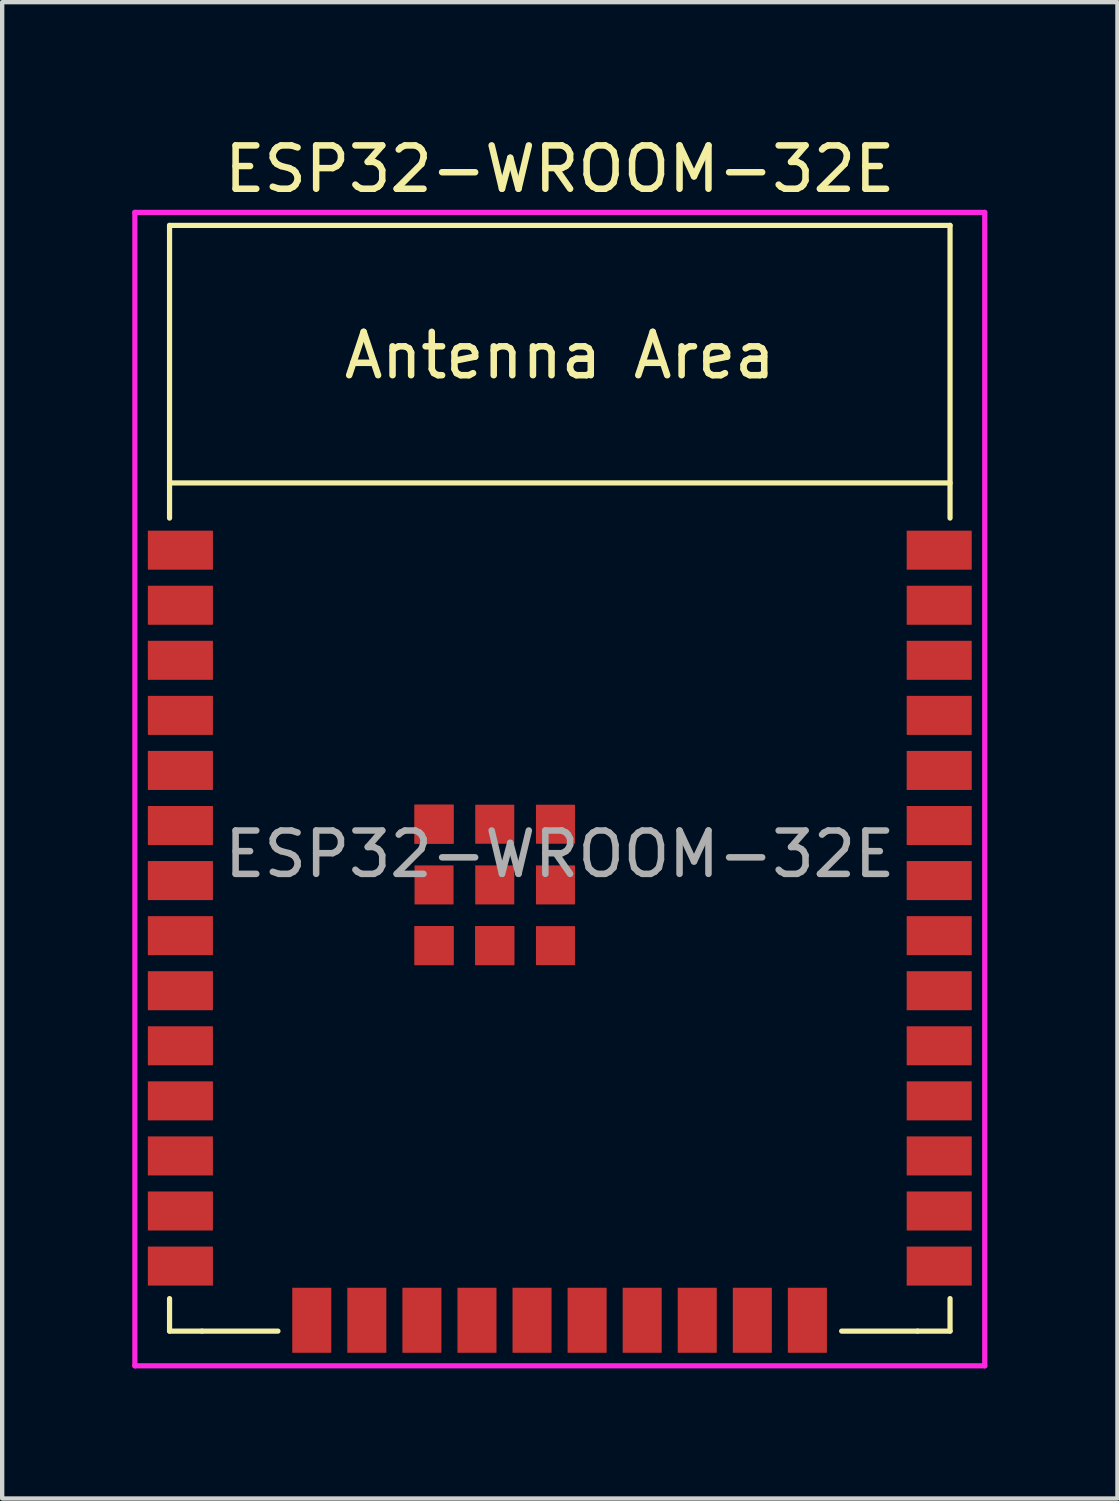
<source format=kicad_pcb>
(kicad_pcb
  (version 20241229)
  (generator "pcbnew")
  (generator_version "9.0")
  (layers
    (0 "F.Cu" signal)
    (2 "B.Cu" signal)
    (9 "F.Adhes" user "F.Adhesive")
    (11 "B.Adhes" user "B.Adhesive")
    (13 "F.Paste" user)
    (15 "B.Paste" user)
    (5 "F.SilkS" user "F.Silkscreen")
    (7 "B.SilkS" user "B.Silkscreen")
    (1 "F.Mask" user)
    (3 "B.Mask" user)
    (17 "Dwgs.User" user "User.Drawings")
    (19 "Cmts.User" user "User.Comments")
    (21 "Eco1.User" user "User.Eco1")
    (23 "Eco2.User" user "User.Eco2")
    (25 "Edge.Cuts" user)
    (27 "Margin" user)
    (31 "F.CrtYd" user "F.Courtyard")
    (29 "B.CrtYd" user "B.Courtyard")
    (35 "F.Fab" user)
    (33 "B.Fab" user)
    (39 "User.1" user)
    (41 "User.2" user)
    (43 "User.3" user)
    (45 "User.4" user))
  (footprint "ESP32-WROOM-32E"
    (layer "F.Cu")
    (at 9.86 16.648)
    (property "Reference" "ESP32-WROOM-32E" (at 0 -15.8 0) (layer "F.SilkS") (effects (font (size 1 1) (thickness 0.15))))
    (attr smd)
    (fp_line (start -9 -14.5) (end -9 -7.75) (stroke (width 0.12) (type solid)) (layer "F.SilkS"))
    (fp_line (start -9 -14.5) (end 9 -14.5) (stroke (width 0.12) (type solid)) (layer "F.SilkS"))
    (fp_line (start -9 10.25) (end -9 11) (stroke (width 0.12) (type solid)) (layer "F.SilkS"))
    (fp_line (start -9 11) (end -8.25 11) (stroke (width 0.12) (type solid)) (layer "F.SilkS"))
    (fp_line (start -8.25 11) (end -6.5 11) (stroke (width 0.12) (type solid)) (layer "F.SilkS"))
    (fp_line (start 8.25 11) (end 6.5 11) (stroke (width 0.12) (type solid)) (layer "F.SilkS"))
    (fp_line (start 9 -14.5) (end 9 -7.75) (stroke (width 0.12) (type solid)) (layer "F.SilkS"))
    (fp_line (start 9 -8.56) (end -9 -8.56) (stroke (width 0.12) (type solid)) (layer "F.SilkS"))
    (fp_line (start 9 10.25) (end 9 11) (stroke (width 0.12) (type solid)) (layer "F.SilkS"))
    (fp_line (start 9 11) (end 8.25 11) (stroke (width 0.12) (type solid)) (layer "F.SilkS"))
    (fp_line (start -9 -14.5) (end 9 -14.5) (stroke (width 0.12) (type solid)) (layer "Eco2.User"))
    (fp_line (start -9 -8.56) (end 9 -8.56) (stroke (width 0.12) (type solid)) (layer "Eco2.User"))
    (fp_line (start -9 11) (end -9 -14.5) (stroke (width 0.12) (type solid)) (layer "Eco2.User"))
    (fp_line (start 9 -14.5) (end 9 11) (stroke (width 0.12) (type solid)) (layer "Eco2.User"))
    (fp_line (start 9 11) (end -9 11) (stroke (width 0.12) (type solid)) (layer "Eco2.User"))
    (fp_line (start -9.8 -14.8) (end -9.8 11.8) (stroke (width 0.12) (type solid)) (layer "F.CrtYd"))
    (fp_line (start -9.8 11.8) (end 9.8 11.8) (stroke (width 0.12) (type solid)) (layer "F.CrtYd"))
    (fp_line (start 9.8 -14.8) (end -9.8 -14.8) (stroke (width 0.12) (type solid)) (layer "F.CrtYd"))
    (fp_line (start 9.8 -14.8) (end 9.8 11.8) (stroke (width 0.12) (type solid)) (layer "F.CrtYd"))
    (fp_text user "Antenna Area" (at 0 -11.5 0) (layer "F.SilkS") (effects (font (size 1 1) (thickness 0.15))))
    (fp_text user "Antenna Area" (at 0 -11.5 0) (layer "Eco2.User") (effects (font (size 1 1) (thickness 0.15))))
    (fp_text user "${REFERENCE}" (at 0 0 0) (layer "F.Fab") (effects (font (size 1 1) (thickness 0.15))))
    (pad "1" smd rect (at -8.75 -7.01) (size 1.5 0.9) (layers "F.Cu" "F.Mask" "F.Paste"))
    (pad "2" smd rect (at -8.75 -5.74) (size 1.5 0.9) (layers "F.Cu" "F.Mask" "F.Paste"))
    (pad "3" smd rect (at -8.75 -4.47) (size 1.5 0.9) (layers "F.Cu" "F.Mask" "F.Paste"))
    (pad "4" smd rect (at -8.75 -3.2) (size 1.5 0.9) (layers "F.Cu" "F.Mask" "F.Paste"))
    (pad "5" smd rect (at -8.75 -1.93) (size 1.5 0.9) (layers "F.Cu" "F.Mask" "F.Paste"))
    (pad "6" smd rect (at -8.75 -0.66) (size 1.5 0.9) (layers "F.Cu" "F.Mask" "F.Paste"))
    (pad "7" smd rect (at -8.75 0.61) (size 1.5 0.9) (layers "F.Cu" "F.Mask" "F.Paste"))
    (pad "8" smd rect (at -8.75 1.88) (size 1.5 0.9) (layers "F.Cu" "F.Mask" "F.Paste"))
    (pad "9" smd rect (at -8.75 3.15) (size 1.5 0.9) (layers "F.Cu" "F.Mask" "F.Paste"))
    (pad "10" smd rect (at -8.75 4.42) (size 1.5 0.9) (layers "F.Cu" "F.Mask" "F.Paste"))
    (pad "11" smd rect (at -8.75 5.69) (size 1.5 0.9) (layers "F.Cu" "F.Mask" "F.Paste"))
    (pad "12" smd rect (at -8.75 6.96) (size 1.5 0.9) (layers "F.Cu" "F.Mask" "F.Paste"))
    (pad "13" smd rect (at -8.75 8.23) (size 1.5 0.9) (layers "F.Cu" "F.Mask" "F.Paste"))
    (pad "14" smd rect (at -8.75 9.5) (size 1.5 0.9) (layers "F.Cu" "F.Mask" "F.Paste"))
    (pad "15" smd rect (at -5.72 10.75 90) (size 1.5 0.9) (layers "F.Cu" "F.Mask" "F.Paste"))
    (pad "16" smd rect (at -4.45 10.75 90) (size 1.5 0.9) (layers "F.Cu" "F.Mask" "F.Paste"))
    (pad "17" smd rect (at -3.18 10.75 90) (size 1.5 0.9) (layers "F.Cu" "F.Mask" "F.Paste"))
    (pad "18" smd rect (at -1.91 10.75 90) (size 1.5 0.9) (layers "F.Cu" "F.Mask" "F.Paste"))
    (pad "19" smd rect (at -0.64 10.75 90) (size 1.5 0.9) (layers "F.Cu" "F.Mask" "F.Paste"))
    (pad "20" smd rect (at 0.63 10.75 90) (size 1.5 0.9) (layers "F.Cu" "F.Mask" "F.Paste"))
    (pad "21" smd rect (at 1.9 10.75 90) (size 1.5 0.9) (layers "F.Cu" "F.Mask" "F.Paste"))
    (pad "22" smd rect (at 3.17 10.75 90) (size 1.5 0.9) (layers "F.Cu" "F.Mask" "F.Paste"))
    (pad "23" smd rect (at 4.44 10.75 90) (size 1.5 0.9) (layers "F.Cu" "F.Mask" "F.Paste"))
    (pad "24" smd rect (at 5.71 10.75 90) (size 1.5 0.9) (layers "F.Cu" "F.Mask" "F.Paste"))
    (pad "25" smd rect (at 8.75 9.5 180) (size 1.5 0.9) (layers "F.Cu" "F.Mask" "F.Paste"))
    (pad "26" smd rect (at 8.75 8.23 180) (size 1.5 0.9) (layers "F.Cu" "F.Mask" "F.Paste"))
    (pad "27" smd rect (at 8.75 6.96 180) (size 1.5 0.9) (layers "F.Cu" "F.Mask" "F.Paste"))
    (pad "28" smd rect (at 8.75 5.69 180) (size 1.5 0.9) (layers "F.Cu" "F.Mask" "F.Paste"))
    (pad "29" smd rect (at 8.75 4.42 180) (size 1.5 0.9) (layers "F.Cu" "F.Mask" "F.Paste"))
    (pad "30" smd rect (at 8.75 3.15 180) (size 1.5 0.9) (layers "F.Cu" "F.Mask" "F.Paste"))
    (pad "31" smd rect (at 8.75 1.88 180) (size 1.5 0.9) (layers "F.Cu" "F.Mask" "F.Paste"))
    (pad "32" smd rect (at 8.75 0.61 180) (size 1.5 0.9) (layers "F.Cu" "F.Mask" "F.Paste"))
    (pad "33" smd rect (at 8.75 -0.66 180) (size 1.5 0.9) (layers "F.Cu" "F.Mask" "F.Paste"))
    (pad "34" smd rect (at 8.75 -1.93 180) (size 1.5 0.9) (layers "F.Cu" "F.Mask" "F.Paste"))
    (pad "35" smd rect (at 8.75 -3.2 180) (size 1.5 0.9) (layers "F.Cu" "F.Mask" "F.Paste"))
    (pad "36" smd rect (at 8.75 -4.47 180) (size 1.5 0.9) (layers "F.Cu" "F.Mask" "F.Paste"))
    (pad "37" smd rect (at 8.75 -5.74 180) (size 1.5 0.9) (layers "F.Cu" "F.Mask" "F.Paste"))
    (pad "38" smd rect (at 8.75 -7.01 180) (size 1.5 0.9) (layers "F.Cu" "F.Mask" "F.Paste"))
    (pad "39" smd rect (at -2.9 -0.69 180) (size 0.9 0.9) (layers "F.Cu" "F.Mask" "F.Paste"))
    (pad "39" smd rect (at -2.9 -0.69 180) (size 0.9 0.9) (layers "F.Cu" "F.Mask" "F.Paste"))
    (pad "39" smd rect (at -2.9 0.71 180) (size 0.9 0.9) (layers "F.Cu" "F.Mask" "F.Paste"))
    (pad "39" smd rect (at -2.9 2.11 180) (size 0.9 0.9) (layers "F.Cu" "F.Mask" "F.Paste"))
    (pad "39" smd rect (at -2.9 2.11 180) (size 0.9 0.9) (layers "F.Cu" "F.Mask" "F.Paste"))
    (pad "39" smd rect (at -1.5 -0.69 180) (size 0.9 0.9) (layers "F.Cu" "F.Mask" "F.Paste"))
    (pad "39" smd rect (at -1.5 0.71 180) (size 0.9 0.9) (layers "F.Cu" "F.Mask" "F.Paste"))
    (pad "39" smd rect (at -1.5 2.11 180) (size 0.9 0.9) (layers "F.Cu" "F.Mask" "F.Paste"))
    (pad "39" smd rect (at -1.5 2.11 180) (size 0.9 0.9) (layers "F.Cu" "F.Mask" "F.Paste"))
    (pad "39" smd rect (at -0.1 -0.69 180) (size 0.9 0.9) (layers "F.Cu" "F.Mask" "F.Paste"))
    (pad "39" smd rect (at -0.1 0.71 180) (size 0.9 0.9) (layers "F.Cu" "F.Mask" "F.Paste"))
    (pad "39" smd rect (at -0.1 2.11 180) (size 0.9 0.9) (layers "F.Cu" "F.Mask" "F.Paste")))
  (gr_rect
    (start -3 -3)
    (end 22.72 31.508)
    (stroke (width 0.1) (type default))
    (fill no)
    (layer "Edge.Cuts")))
</source>
